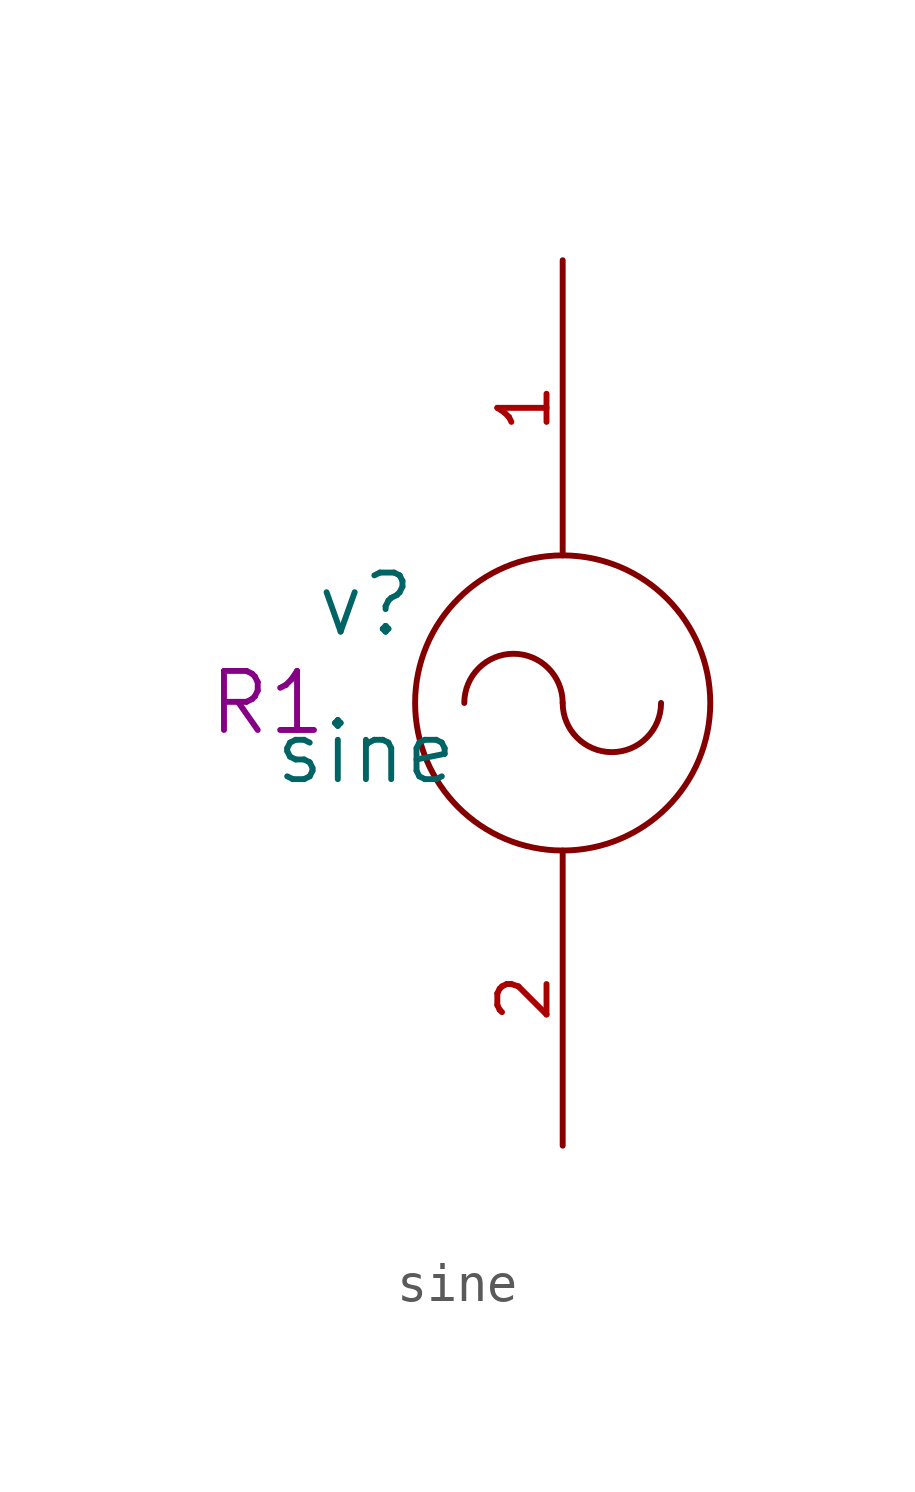
<source format=kicad_sym>
(kicad_symbol_lib
  (version 20211014)
  (generator kicad_symbol_editor)
  (symbol "sine"
    (pin_names
      (offset 1.016))
    (property "Reference" "v"
      (at -5.08 2.54 0)
      (effects (font (size 1.524 1.524))))
    (property "Value" "sine"
      (at -5.08 -1.27 0)
      (effects (font (size 1.524 1.524))))
    (property "Footprint" "R1"
      (at -7.62 0 0)
      (effects (font (size 1.524 1.524))))
    (property "Datasheet" ""
      (at 0 0 0)
      (effects (font (size 1.524 1.524))))
    (symbol "sine_0_1"
      (arc (start 0 0) (mid -1.27 1.27) (end -2.54 0) (stroke (width 0) (type default) (color 0 0 0 0)) (fill (type none)))
      (arc (start 0 0) (mid 1.27 -1.27) (end 2.54 0) (stroke (width 0) (type default) (color 0 0 0 0)) (fill (type none)))
      (circle (center 0 0) (radius 3.81) (stroke (width 0) (type default) (color 0 0 0 0)) (fill (type none))))
    (symbol "sine_1_1"
      (pin input line (at 0 11.43 270) (length 7.62) (name "+" (effects (font (size 0 0)))) (number "1" (effects (font (size 1.27 1.27)))))
      (pin input line (at 0 -11.43 90) (length 7.62) (name "-" (effects (font (size 0 0)))) (number "2" (effects (font (size 1.27 1.27))))))))
</source>
